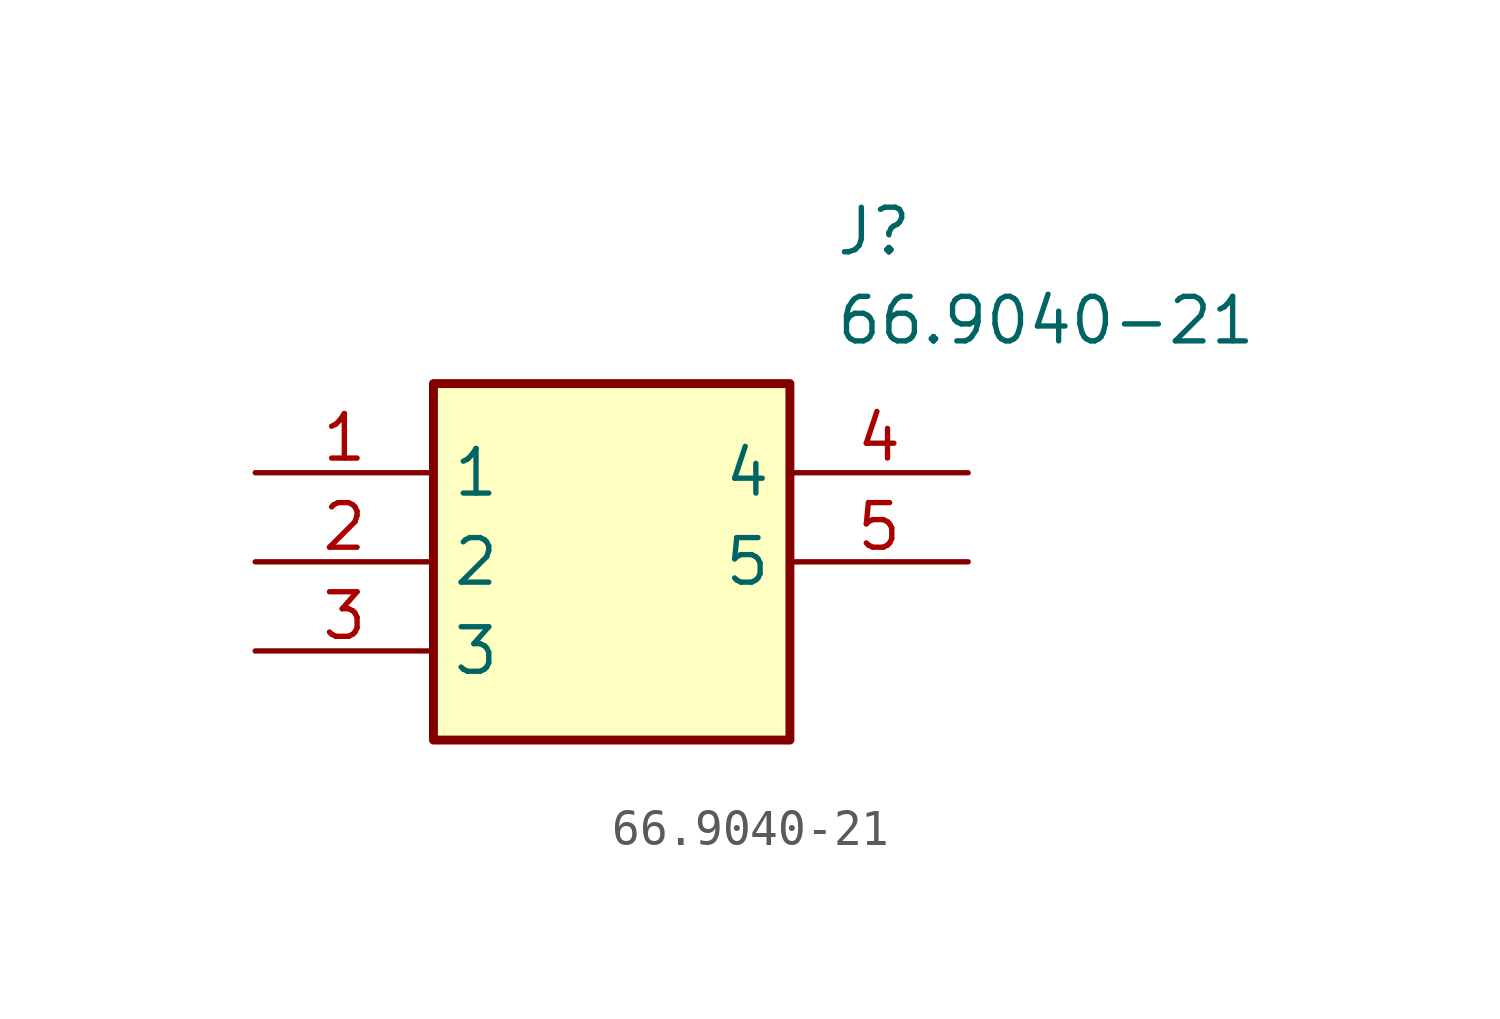
<source format=kicad_sym>
(kicad_symbol_lib
  (version 20211014)
  (generator SamacSys_ECAD_Model)
  (symbol "66.9040-21"
    (property "Reference" "J"
      (at 16.51 7.62 0)
      (effects (font (size 1.27 1.27)) (justify left top)))
    (property "Value" "66.9040-21"
      (at 16.51 5.08 0)
      (effects (font (size 1.27 1.27)) (justify left top)))
    (rectangle
      (start 5.08 2.54)
      (end 15.24 -7.62)
      (stroke (width 0.254) (type default))
      (fill (type background)))
    (pin passive line
      (at 0 0 0)
      (length 5.08)
      (name "1" (effects (font (size 1.27 1.27))))
      (number "1" (effects (font (size 1.27 1.27)))))
    (pin passive line
      (at 0 -2.54 0)
      (length 5.08)
      (name "2" (effects (font (size 1.27 1.27))))
      (number "2" (effects (font (size 1.27 1.27)))))
    (pin passive line
      (at 0 -5.08 0)
      (length 5.08)
      (name "3" (effects (font (size 1.27 1.27))))
      (number "3" (effects (font (size 1.27 1.27)))))
    (pin passive line
      (at 20.32 0 180)
      (length 5.08)
      (name "4" (effects (font (size 1.27 1.27))))
      (number "4" (effects (font (size 1.27 1.27)))))
    (pin passive line
      (at 20.32 -2.54 180)
      (length 5.08)
      (name "5" (effects (font (size 1.27 1.27))))
      (number "5" (effects (font (size 1.27 1.27)))))))
</source>
